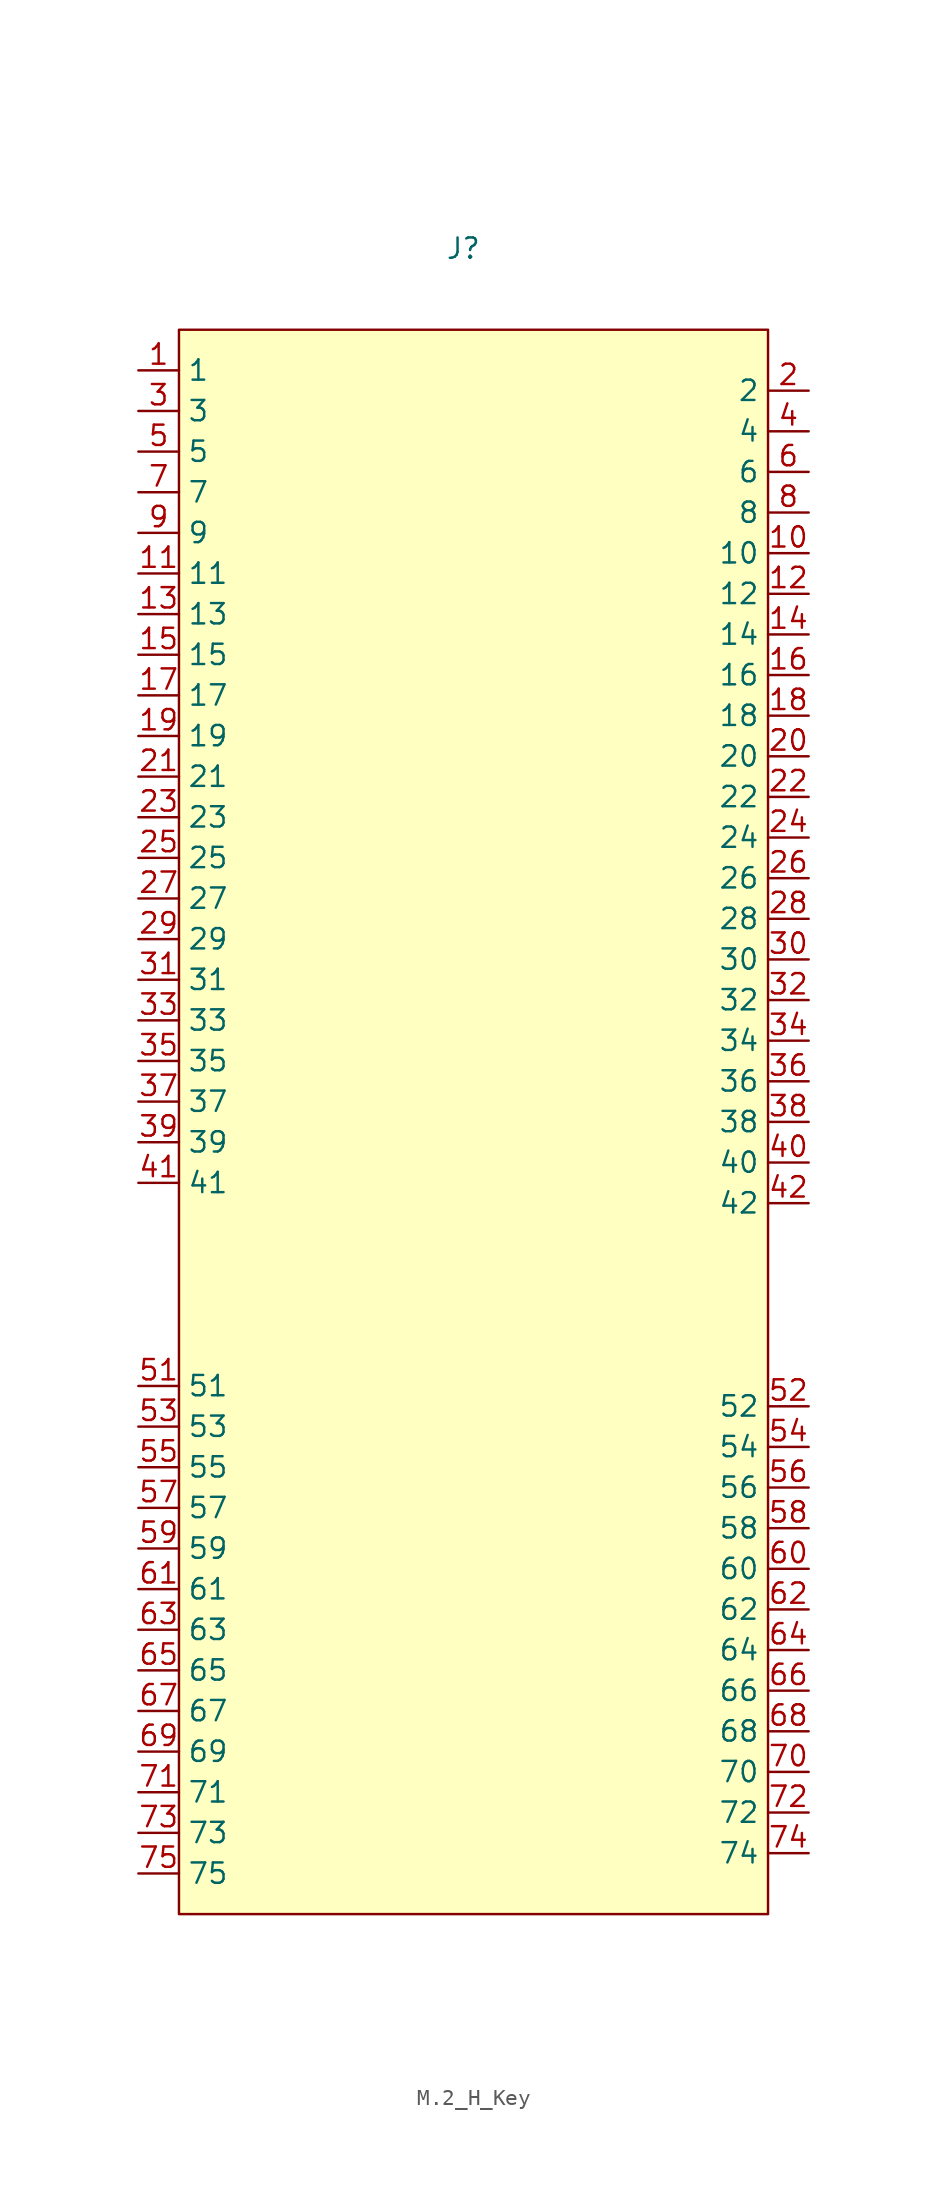
<source format=kicad_sym>
(kicad_symbol_lib
  (version 20241209)
  (generator "kicad_symbol_editor")
  (generator_version "9.0")
  (symbol "M.2_H_Key"
    (property "Reference" "J"
      (at 0 0 0)
      (effects (font (size 1.27 1.27))))
    (property "Value" ""
      (at 0 0 0)
      (effects (font (size 1.27 1.27))))
    (symbol "M.2_H_Key_0_1"
      (rectangle (start -17.78 -5.08) (end 19.05 -104.14) (stroke (width 0) (type default)) (fill (type background))))
    (symbol "M.2_H_Key_1_1"
      (pin unspecified line (at -20.32 -7.62 0) (length 2.54) (name "1" (effects (font (size 1.27 1.27)))) (number "1" (effects (font (size 1.27 1.27)))))
      (pin unspecified line (at -20.32 -10.16 0) (length 2.54) (name "3" (effects (font (size 1.27 1.27)))) (number "3" (effects (font (size 1.27 1.27)))))
      (pin unspecified line (at -20.32 -12.7 0) (length 2.54) (name "5" (effects (font (size 1.27 1.27)))) (number "5" (effects (font (size 1.27 1.27)))))
      (pin unspecified line (at -20.32 -15.24 0) (length 2.54) (name "7" (effects (font (size 1.27 1.27)))) (number "7" (effects (font (size 1.27 1.27)))))
      (pin unspecified line (at -20.32 -17.78 0) (length 2.54) (name "9" (effects (font (size 1.27 1.27)))) (number "9" (effects (font (size 1.27 1.27)))))
      (pin unspecified line (at -20.32 -20.32 0) (length 2.54) (name "11" (effects (font (size 1.27 1.27)))) (number "11" (effects (font (size 1.27 1.27)))))
      (pin unspecified line (at -20.32 -22.86 0) (length 2.54) (name "13" (effects (font (size 1.27 1.27)))) (number "13" (effects (font (size 1.27 1.27)))))
      (pin unspecified line (at -20.32 -25.4 0) (length 2.54) (name "15" (effects (font (size 1.27 1.27)))) (number "15" (effects (font (size 1.27 1.27)))))
      (pin unspecified line (at -20.32 -27.94 0) (length 2.54) (name "17" (effects (font (size 1.27 1.27)))) (number "17" (effects (font (size 1.27 1.27)))))
      (pin unspecified line (at -20.32 -30.48 0) (length 2.54) (name "19" (effects (font (size 1.27 1.27)))) (number "19" (effects (font (size 1.27 1.27)))))
      (pin unspecified line (at -20.32 -33.02 0) (length 2.54) (name "21" (effects (font (size 1.27 1.27)))) (number "21" (effects (font (size 1.27 1.27)))))
      (pin unspecified line (at -20.32 -35.56 0) (length 2.54) (name "23" (effects (font (size 1.27 1.27)))) (number "23" (effects (font (size 1.27 1.27)))))
      (pin unspecified line (at -20.32 -38.1 0) (length 2.54) (name "25" (effects (font (size 1.27 1.27)))) (number "25" (effects (font (size 1.27 1.27)))))
      (pin unspecified line (at -20.32 -40.64 0) (length 2.54) (name "27" (effects (font (size 1.27 1.27)))) (number "27" (effects (font (size 1.27 1.27)))))
      (pin unspecified line (at -20.32 -43.18 0) (length 2.54) (name "29" (effects (font (size 1.27 1.27)))) (number "29" (effects (font (size 1.27 1.27)))))
      (pin unspecified line (at -20.32 -45.72 0) (length 2.54) (name "31" (effects (font (size 1.27 1.27)))) (number "31" (effects (font (size 1.27 1.27)))))
      (pin unspecified line (at -20.32 -48.26 0) (length 2.54) (name "33" (effects (font (size 1.27 1.27)))) (number "33" (effects (font (size 1.27 1.27)))))
      (pin unspecified line (at -20.32 -50.8 0) (length 2.54) (name "35" (effects (font (size 1.27 1.27)))) (number "35" (effects (font (size 1.27 1.27)))))
      (pin unspecified line (at -20.32 -53.34 0) (length 2.54) (name "37" (effects (font (size 1.27 1.27)))) (number "37" (effects (font (size 1.27 1.27)))))
      (pin unspecified line (at -20.32 -55.88 0) (length 2.54) (name "39" (effects (font (size 1.27 1.27)))) (number "39" (effects (font (size 1.27 1.27)))))
      (pin unspecified line (at -20.32 -58.42 0) (length 2.54) (name "41" (effects (font (size 1.27 1.27)))) (number "41" (effects (font (size 1.27 1.27)))))
      (pin unspecified line (at -20.32 -71.12 0) (length 2.54) (name "51" (effects (font (size 1.27 1.27)))) (number "51" (effects (font (size 1.27 1.27)))))
      (pin unspecified line (at -20.32 -73.66 0) (length 2.54) (name "53" (effects (font (size 1.27 1.27)))) (number "53" (effects (font (size 1.27 1.27)))))
      (pin unspecified line (at -20.32 -76.2 0) (length 2.54) (name "55" (effects (font (size 1.27 1.27)))) (number "55" (effects (font (size 1.27 1.27)))))
      (pin unspecified line (at -20.32 -78.74 0) (length 2.54) (name "57" (effects (font (size 1.27 1.27)))) (number "57" (effects (font (size 1.27 1.27)))))
      (pin unspecified line (at -20.32 -81.28 0) (length 2.54) (name "59" (effects (font (size 1.27 1.27)))) (number "59" (effects (font (size 1.27 1.27)))))
      (pin unspecified line (at -20.32 -83.82 0) (length 2.54) (name "61" (effects (font (size 1.27 1.27)))) (number "61" (effects (font (size 1.27 1.27)))))
      (pin unspecified line (at -20.32 -86.36 0) (length 2.54) (name "63" (effects (font (size 1.27 1.27)))) (number "63" (effects (font (size 1.27 1.27)))))
      (pin unspecified line (at -20.32 -88.9 0) (length 2.54) (name "65" (effects (font (size 1.27 1.27)))) (number "65" (effects (font (size 1.27 1.27)))))
      (pin unspecified line (at -20.32 -91.44 0) (length 2.54) (name "67" (effects (font (size 1.27 1.27)))) (number "67" (effects (font (size 1.27 1.27)))))
      (pin unspecified line (at -20.32 -93.98 0) (length 2.54) (name "69" (effects (font (size 1.27 1.27)))) (number "69" (effects (font (size 1.27 1.27)))))
      (pin unspecified line (at -20.32 -96.52 0) (length 2.54) (name "71" (effects (font (size 1.27 1.27)))) (number "71" (effects (font (size 1.27 1.27)))))
      (pin unspecified line (at -20.32 -99.06 0) (length 2.54) (name "73" (effects (font (size 1.27 1.27)))) (number "73" (effects (font (size 1.27 1.27)))))
      (pin unspecified line (at -20.32 -101.6 0) (length 2.54) (name "75" (effects (font (size 1.27 1.27)))) (number "75" (effects (font (size 1.27 1.27)))))
      (pin unspecified line (at 21.59 -8.89 180) (length 2.54) (name "2" (effects (font (size 1.27 1.27)))) (number "2" (effects (font (size 1.27 1.27)))))
      (pin unspecified line (at 21.59 -11.43 180) (length 2.54) (name "4" (effects (font (size 1.27 1.27)))) (number "4" (effects (font (size 1.27 1.27)))))
      (pin unspecified line (at 21.59 -13.97 180) (length 2.54) (name "6" (effects (font (size 1.27 1.27)))) (number "6" (effects (font (size 1.27 1.27)))))
      (pin unspecified line (at 21.59 -16.51 180) (length 2.54) (name "8" (effects (font (size 1.27 1.27)))) (number "8" (effects (font (size 1.27 1.27)))))
      (pin unspecified line (at 21.59 -19.05 180) (length 2.54) (name "10" (effects (font (size 1.27 1.27)))) (number "10" (effects (font (size 1.27 1.27)))))
      (pin unspecified line (at 21.59 -21.59 180) (length 2.54) (name "12" (effects (font (size 1.27 1.27)))) (number "12" (effects (font (size 1.27 1.27)))))
      (pin unspecified line (at 21.59 -24.13 180) (length 2.54) (name "14" (effects (font (size 1.27 1.27)))) (number "14" (effects (font (size 1.27 1.27)))))
      (pin unspecified line (at 21.59 -26.67 180) (length 2.54) (name "16" (effects (font (size 1.27 1.27)))) (number "16" (effects (font (size 1.27 1.27)))))
      (pin unspecified line (at 21.59 -29.21 180) (length 2.54) (name "18" (effects (font (size 1.27 1.27)))) (number "18" (effects (font (size 1.27 1.27)))))
      (pin unspecified line (at 21.59 -31.75 180) (length 2.54) (name "20" (effects (font (size 1.27 1.27)))) (number "20" (effects (font (size 1.27 1.27)))))
      (pin unspecified line (at 21.59 -34.29 180) (length 2.54) (name "22" (effects (font (size 1.27 1.27)))) (number "22" (effects (font (size 1.27 1.27)))))
      (pin unspecified line (at 21.59 -36.83 180) (length 2.54) (name "24" (effects (font (size 1.27 1.27)))) (number "24" (effects (font (size 1.27 1.27)))))
      (pin unspecified line (at 21.59 -39.37 180) (length 2.54) (name "26" (effects (font (size 1.27 1.27)))) (number "26" (effects (font (size 1.27 1.27)))))
      (pin unspecified line (at 21.59 -41.91 180) (length 2.54) (name "28" (effects (font (size 1.27 1.27)))) (number "28" (effects (font (size 1.27 1.27)))))
      (pin unspecified line (at 21.59 -44.45 180) (length 2.54) (name "30" (effects (font (size 1.27 1.27)))) (number "30" (effects (font (size 1.27 1.27)))))
      (pin unspecified line (at 21.59 -46.99 180) (length 2.54) (name "32" (effects (font (size 1.27 1.27)))) (number "32" (effects (font (size 1.27 1.27)))))
      (pin unspecified line (at 21.59 -49.53 180) (length 2.54) (name "34" (effects (font (size 1.27 1.27)))) (number "34" (effects (font (size 1.27 1.27)))))
      (pin unspecified line (at 21.59 -52.07 180) (length 2.54) (name "36" (effects (font (size 1.27 1.27)))) (number "36" (effects (font (size 1.27 1.27)))))
      (pin unspecified line (at 21.59 -54.61 180) (length 2.54) (name "38" (effects (font (size 1.27 1.27)))) (number "38" (effects (font (size 1.27 1.27)))))
      (pin unspecified line (at 21.59 -57.15 180) (length 2.54) (name "40" (effects (font (size 1.27 1.27)))) (number "40" (effects (font (size 1.27 1.27)))))
      (pin unspecified line (at 21.59 -59.69 180) (length 2.54) (name "42" (effects (font (size 1.27 1.27)))) (number "42" (effects (font (size 1.27 1.27)))))
      (pin unspecified line (at 21.59 -72.39 180) (length 2.54) (name "52" (effects (font (size 1.27 1.27)))) (number "52" (effects (font (size 1.27 1.27)))))
      (pin unspecified line (at 21.59 -74.93 180) (length 2.54) (name "54" (effects (font (size 1.27 1.27)))) (number "54" (effects (font (size 1.27 1.27)))))
      (pin unspecified line (at 21.59 -77.47 180) (length 2.54) (name "56" (effects (font (size 1.27 1.27)))) (number "56" (effects (font (size 1.27 1.27)))))
      (pin unspecified line (at 21.59 -80.01 180) (length 2.54) (name "58" (effects (font (size 1.27 1.27)))) (number "58" (effects (font (size 1.27 1.27)))))
      (pin unspecified line (at 21.59 -82.55 180) (length 2.54) (name "60" (effects (font (size 1.27 1.27)))) (number "60" (effects (font (size 1.27 1.27)))))
      (pin unspecified line (at 21.59 -85.09 180) (length 2.54) (name "62" (effects (font (size 1.27 1.27)))) (number "62" (effects (font (size 1.27 1.27)))))
      (pin unspecified line (at 21.59 -87.63 180) (length 2.54) (name "64" (effects (font (size 1.27 1.27)))) (number "64" (effects (font (size 1.27 1.27)))))
      (pin unspecified line (at 21.59 -90.17 180) (length 2.54) (name "66" (effects (font (size 1.27 1.27)))) (number "66" (effects (font (size 1.27 1.27)))))
      (pin unspecified line (at 21.59 -92.71 180) (length 2.54) (name "68" (effects (font (size 1.27 1.27)))) (number "68" (effects (font (size 1.27 1.27)))))
      (pin unspecified line (at 21.59 -95.25 180) (length 2.54) (name "70" (effects (font (size 1.27 1.27)))) (number "70" (effects (font (size 1.27 1.27)))))
      (pin unspecified line (at 21.59 -97.79 180) (length 2.54) (name "72" (effects (font (size 1.27 1.27)))) (number "72" (effects (font (size 1.27 1.27)))))
      (pin unspecified line (at 21.59 -100.33 180) (length 2.54) (name "74" (effects (font (size 1.27 1.27)))) (number "74" (effects (font (size 1.27 1.27))))))))
</source>
